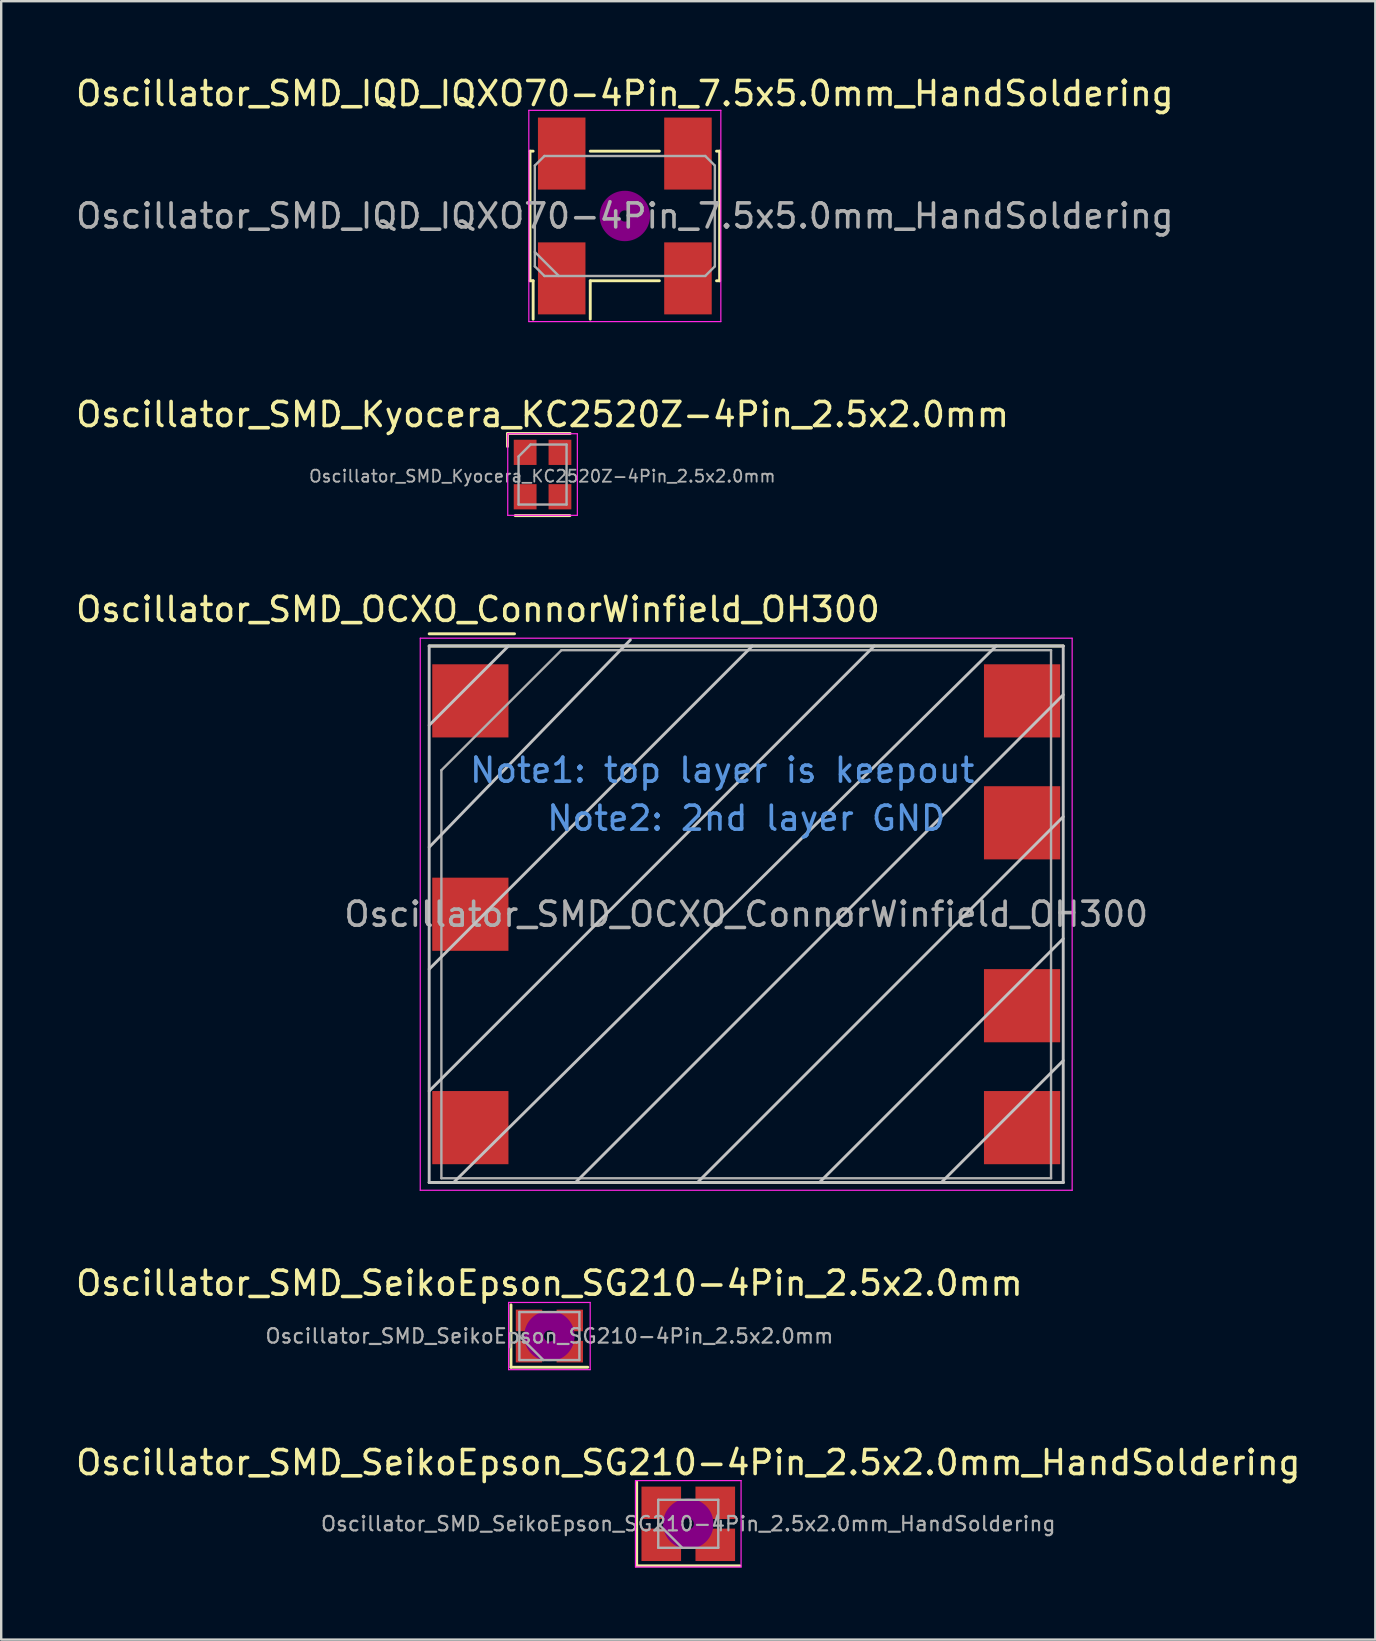
<source format=kicad_pcb>
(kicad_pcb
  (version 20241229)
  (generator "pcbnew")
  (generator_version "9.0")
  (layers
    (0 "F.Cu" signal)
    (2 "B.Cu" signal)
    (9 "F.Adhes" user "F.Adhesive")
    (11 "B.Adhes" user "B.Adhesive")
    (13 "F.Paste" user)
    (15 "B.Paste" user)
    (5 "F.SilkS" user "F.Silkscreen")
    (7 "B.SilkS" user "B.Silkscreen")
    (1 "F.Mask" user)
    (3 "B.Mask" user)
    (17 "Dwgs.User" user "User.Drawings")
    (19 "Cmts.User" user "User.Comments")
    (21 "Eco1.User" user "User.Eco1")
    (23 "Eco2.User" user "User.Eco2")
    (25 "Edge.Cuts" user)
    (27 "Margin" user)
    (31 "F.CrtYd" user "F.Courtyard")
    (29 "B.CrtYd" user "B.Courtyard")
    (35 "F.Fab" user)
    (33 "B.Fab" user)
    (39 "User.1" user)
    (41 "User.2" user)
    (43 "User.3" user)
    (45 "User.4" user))
  (footprint "Oscillator_SMD_OCXO_ConnorWinfield_OH300"
    (layer "F.Cu")
    (at 28.039 35.04)
    (property "Reference" "Oscillator_SMD_OCXO_ConnorWinfield_OH300" (at -11.176 -12.7 0) (layer "F.SilkS") (effects (font (size 1 1) (thickness 0.15))))
    (attr smd)
    (fp_line (start -13.208 -11.176) (end 13.208 -11.176) (stroke (width 0.12) (type solid)) (layer "F.SilkS"))
    (fp_line (start -9.652 -11.684) (end -13.208 -11.684) (stroke (width 0.12) (type solid)) (layer "F.SilkS"))
    (fp_line (start 13.208 11.176) (end -13.208 11.176) (stroke (width 0.12) (type solid)) (layer "F.SilkS"))
    (fp_line (start -13.208 -11.176) (end 13.208 -11.176) (stroke (width 0.12) (type solid)) (layer "Dwgs.User"))
    (fp_line (start -13.208 -7.874) (end -9.906 -11.176) (stroke (width 0.12) (type solid)) (layer "Dwgs.User"))
    (fp_line (start -13.208 2.286) (end 0.254 -11.176) (stroke (width 0.12) (type solid)) (layer "Dwgs.User"))
    (fp_line (start -13.208 11.176) (end -13.208 -11.176) (stroke (width 0.12) (type solid)) (layer "Dwgs.User"))
    (fp_line (start -12.192 11.176) (end 10.414 -11.176) (stroke (width 0.12) (type solid)) (layer "Dwgs.User"))
    (fp_line (start -4.826 -11.43) (end -13.208 -2.794) (stroke (width 0.12) (type solid)) (layer "Dwgs.User"))
    (fp_line (start -2.032 11.176) (end 13.208 -4.064) (stroke (width 0.12) (type solid)) (layer "Dwgs.User"))
    (fp_line (start 3.048 11.176) (end 13.208 1.016) (stroke (width 0.12) (type solid)) (layer "Dwgs.User"))
    (fp_line (start 5.334 -11.176) (end -13.208 7.366) (stroke (width 0.12) (type solid)) (layer "Dwgs.User"))
    (fp_line (start 13.208 -11.176) (end 13.208 11.176) (stroke (width 0.12) (type solid)) (layer "Dwgs.User"))
    (fp_line (start 13.208 -9.144) (end -7.112 11.176) (stroke (width 0.12) (type solid)) (layer "Dwgs.User"))
    (fp_line (start 13.208 6.096) (end 8.128 11.176) (stroke (width 0.12) (type solid)) (layer "Dwgs.User"))
    (fp_line (start 13.208 11.176) (end -13.208 11.176) (stroke (width 0.12) (type solid)) (layer "Dwgs.User"))
    (fp_line (start -13.58 -11.5) (end -13.58 11.5) (stroke (width 0.05) (type solid)) (layer "F.CrtYd"))
    (fp_line (start -13.58 11.5) (end 13.58 11.5) (stroke (width 0.05) (type solid)) (layer "F.CrtYd"))
    (fp_line (start 13.58 -11.5) (end -13.58 -11.5) (stroke (width 0.05) (type solid)) (layer "F.CrtYd"))
    (fp_line (start 13.58 11.5) (end 13.58 -11.5) (stroke (width 0.05) (type solid)) (layer "F.CrtYd"))
    (fp_line (start -12.7 11) (end -12.7 -6) (stroke (width 0.1) (type solid)) (layer "F.Fab"))
    (fp_line (start -7.7 -11) (end -12.7 -6) (stroke (width 0.1) (type solid)) (layer "F.Fab"))
    (fp_line (start -7.7 -11) (end 12.7 -11) (stroke (width 0.1) (type solid)) (layer "F.Fab"))
    (fp_line (start 12.7 -11) (end 12.7 11) (stroke (width 0.1) (type solid)) (layer "F.Fab"))
    (fp_line (start 12.7 11) (end -12.7 11) (stroke (width 0.1) (type solid)) (layer "F.Fab"))
    (fp_text user "Note1: top layer is keepout" (at -1 -6 0) (layer "Cmts.User") (effects (font (size 1 1) (thickness 0.15))))
    (fp_text user "Note2: 2nd layer GND" (at 0 -4 0) (layer "Cmts.User") (effects (font (size 1 1) (thickness 0.15))))
    (fp_text user "${REFERENCE}" (at 0 0 0) (layer "F.Fab") (effects (font (size 1 1) (thickness 0.15))))
    (pad "1" smd rect (at -11.493 -8.89 270) (size 3.048 3.175) (layers "F.Cu" "F.Mask" "F.Paste"))
    (pad "2" smd rect (at -11.493 0 270) (size 3.048 3.175) (layers "F.Cu" "F.Mask" "F.Paste"))
    (pad "3" smd rect (at -11.493 8.89 270) (size 3.048 3.175) (layers "F.Cu" "F.Mask" "F.Paste"))
    (pad "4" smd rect (at 11.493 8.89 270) (size 3.048 3.175) (layers "F.Cu" "F.Mask" "F.Paste"))
    (pad "5" smd rect (at 11.493 3.81 270) (size 3.048 3.175) (layers "F.Cu" "F.Mask" "F.Paste"))
    (pad "6" smd rect (at 11.493 -3.81 270) (size 3.048 3.175) (layers "F.Cu" "F.Mask" "F.Paste"))
    (pad "7" smd rect (at 11.493 -8.89 270) (size 3.048 3.175) (layers "F.Cu" "F.Mask" "F.Paste")))
  (footprint "Oscillator_SMD_IQD_IQXO70-4Pin_7.5x5.0mm_HandSoldering"
    (layer "F.Cu")
    (at 22.982 5.948)
    (property "Reference" "Oscillator_SMD_IQD_IQXO70-4Pin_7.5x5.0mm_HandSoldering" (at 0 -5.1 0) (layer "F.SilkS") (effects (font (size 1 1) (thickness 0.15))))
    (attr smd)
    (fp_line (start -3.95 -2.7) (end -3.82 -2.7) (stroke (width 0.12) (type solid)) (layer "F.SilkS"))
    (fp_line (start -3.95 2.7) (end -3.95 -2.7) (stroke (width 0.12) (type solid)) (layer "F.SilkS"))
    (fp_line (start -3.82 2.7) (end -3.95 2.7) (stroke (width 0.12) (type solid)) (layer "F.SilkS"))
    (fp_line (start -3.82 4.3) (end -3.82 2.7) (stroke (width 0.12) (type solid)) (layer "F.SilkS"))
    (fp_line (start -1.44 -2.7) (end 1.44 -2.7) (stroke (width 0.12) (type solid)) (layer "F.SilkS"))
    (fp_line (start -1.44 2.7) (end -1.44 4.3) (stroke (width 0.12) (type solid)) (layer "F.SilkS"))
    (fp_line (start 1.44 2.7) (end -1.44 2.7) (stroke (width 0.12) (type solid)) (layer "F.SilkS"))
    (fp_line (start 3.82 -2.7) (end 3.95 -2.7) (stroke (width 0.12) (type solid)) (layer "F.SilkS"))
    (fp_line (start 3.95 -2.7) (end 3.95 2.7) (stroke (width 0.12) (type solid)) (layer "F.SilkS"))
    (fp_line (start 3.95 2.7) (end 3.82 2.7) (stroke (width 0.12) (type solid)) (layer "F.SilkS"))
    (fp_circle (center 0 0) (end 0.233 0) (stroke (width 0.467) (type solid)) (fill no) (layer "F.Adhes"))
    (fp_circle (center 0 0) (end 0.533 0) (stroke (width 0.333) (type solid)) (fill no) (layer "F.Adhes"))
    (fp_circle (center 0 0) (end 0.833 0) (stroke (width 0.333) (type solid)) (fill no) (layer "F.Adhes"))
    (fp_circle (center 0 0) (end 1 0) (stroke (width 0.1) (type solid)) (fill no) (layer "F.Adhes"))
    (fp_line (start -4 -4.4) (end -4 4.4) (stroke (width 0.05) (type solid)) (layer "F.CrtYd"))
    (fp_line (start -4 4.4) (end 4 4.4) (stroke (width 0.05) (type solid)) (layer "F.CrtYd"))
    (fp_line (start 4 -4.4) (end -4 -4.4) (stroke (width 0.05) (type solid)) (layer "F.CrtYd"))
    (fp_line (start 4 4.4) (end 4 -4.4) (stroke (width 0.05) (type solid)) (layer "F.CrtYd"))
    (fp_line (start -3.75 -2.1) (end -3.35 -2.5) (stroke (width 0.1) (type solid)) (layer "F.Fab"))
    (fp_line (start -3.75 1.5) (end -2.75 2.5) (stroke (width 0.1) (type solid)) (layer "F.Fab"))
    (fp_line (start -3.75 2.1) (end -3.75 -2.1) (stroke (width 0.1) (type solid)) (layer "F.Fab"))
    (fp_line (start -3.35 -2.5) (end 3.35 -2.5) (stroke (width 0.1) (type solid)) (layer "F.Fab"))
    (fp_line (start -3.35 2.5) (end -3.75 2.1) (stroke (width 0.1) (type solid)) (layer "F.Fab"))
    (fp_line (start 3.35 -2.5) (end 3.75 -2.1) (stroke (width 0.1) (type solid)) (layer "F.Fab"))
    (fp_line (start 3.35 2.5) (end -3.35 2.5) (stroke (width 0.1) (type solid)) (layer "F.Fab"))
    (fp_line (start 3.75 -2.1) (end 3.75 2.1) (stroke (width 0.1) (type solid)) (layer "F.Fab"))
    (fp_line (start 3.75 2.1) (end 3.35 2.5) (stroke (width 0.1) (type solid)) (layer "F.Fab"))
    (fp_text user "${REFERENCE}" (at 0 0 0) (layer "F.Fab") (effects (font (size 1 1) (thickness 0.15))))
    (pad "1" smd rect (at -2.63 2.6) (size 1.98 3) (layers "F.Cu" "F.Mask" "F.Paste"))
    (pad "2" smd rect (at 2.63 2.6) (size 1.98 3) (layers "F.Cu" "F.Mask" "F.Paste"))
    (pad "3" smd rect (at 2.63 -2.6) (size 1.98 3) (layers "F.Cu" "F.Mask" "F.Paste"))
    (pad "4" smd rect (at -2.63 -2.6) (size 1.98 3) (layers "F.Cu" "F.Mask" "F.Paste")))
  (footprint "Oscillator_SMD_Kyocera_KC2520Z-4Pin_2.5x2.0mm"
    (layer "F.Cu")
    (at 19.554 16.721)
    (property "Reference" "Oscillator_SMD_Kyocera_KC2520Z-4Pin_2.5x2.0mm" (at 0 -2.5 0) (layer "F.SilkS") (effects (font (size 1 1) (thickness 0.15))))
    (attr smd)
    (fp_line (start -1.46 -1.71) (end 1.15 -1.71) (stroke (width 0.12) (type solid)) (layer "F.SilkS"))
    (fp_line (start -1.46 -1.17) (end -1.46 -1.71) (stroke (width 0.12) (type solid)) (layer "F.SilkS"))
    (fp_line (start 1.14 1.71) (end -1.14 1.71) (stroke (width 0.12) (type solid)) (layer "F.SilkS"))
    (fp_line (start -1.45 -1.7) (end 1.45 -1.7) (stroke (width 0.05) (type solid)) (layer "F.CrtYd"))
    (fp_line (start -1.45 1.7) (end -1.45 -1.7) (stroke (width 0.05) (type solid)) (layer "F.CrtYd"))
    (fp_line (start 1.45 -1.7) (end 1.45 1.7) (stroke (width 0.05) (type solid)) (layer "F.CrtYd"))
    (fp_line (start 1.45 1.7) (end -1.45 1.7) (stroke (width 0.05) (type solid)) (layer "F.CrtYd"))
    (fp_line (start -1 1.25) (end -1 -0.75) (stroke (width 0.1) (type solid)) (layer "F.Fab"))
    (fp_line (start -0.5 -1.25) (end -1 -0.75) (stroke (width 0.1) (type solid)) (layer "F.Fab"))
    (fp_line (start -0.5 -1.25) (end 1 -1.25) (stroke (width 0.1) (type solid)) (layer "F.Fab"))
    (fp_line (start 1 -1.25) (end 1 1.25) (stroke (width 0.1) (type solid)) (layer "F.Fab"))
    (fp_line (start 1 1.25) (end -1 1.25) (stroke (width 0.1) (type solid)) (layer "F.Fab"))
    (fp_text user "${REFERENCE}" (at -0.01 0.07 0) (layer "F.Fab") (effects (font (size 0.5 0.5) (thickness 0.075))))
    (pad "1" smd rect (at -0.725 -0.925) (size 0.95 1.05) (layers "F.Cu" "F.Mask" "F.Paste"))
    (pad "2" smd rect (at -0.725 0.925) (size 0.95 1.05) (layers "F.Cu" "F.Mask" "F.Paste"))
    (pad "3" smd rect (at 0.725 0.925) (size 0.95 1.05) (layers "F.Cu" "F.Mask" "F.Paste"))
    (pad "4" smd rect (at 0.725 -0.925) (size 0.95 1.05) (layers "F.Cu" "F.Mask" "F.Paste")))
  (footprint "Oscillator_SMD_SeikoEpson_SG210-4Pin_2.5x2.0mm_HandSoldering"
    (layer "F.Cu")
    (at 25.625 60.436)
    (property "Reference" "Oscillator_SMD_SeikoEpson_SG210-4Pin_2.5x2.0mm_HandSoldering" (at 0 -2.55 0) (layer "F.SilkS") (effects (font (size 1 1) (thickness 0.15))))
    (attr smd)
    (fp_line (start -2.15 -1.75) (end -2.15 1.75) (stroke (width 0.12) (type solid)) (layer "F.SilkS"))
    (fp_line (start -2.15 1.75) (end 2.15 1.75) (stroke (width 0.12) (type solid)) (layer "F.SilkS"))
    (fp_circle (center 0 0) (end 0.233 0) (stroke (width 0.467) (type solid)) (fill no) (layer "F.Adhes"))
    (fp_circle (center 0 0) (end 0.533 0) (stroke (width 0.333) (type solid)) (fill no) (layer "F.Adhes"))
    (fp_circle (center 0 0) (end 0.833 0) (stroke (width 0.333) (type solid)) (fill no) (layer "F.Adhes"))
    (fp_circle (center 0 0) (end 1 0) (stroke (width 0.1) (type solid)) (fill no) (layer "F.Adhes"))
    (fp_line (start -2.2 -1.8) (end -2.2 1.8) (stroke (width 0.05) (type solid)) (layer "F.CrtYd"))
    (fp_line (start -2.2 1.8) (end 2.2 1.8) (stroke (width 0.05) (type solid)) (layer "F.CrtYd"))
    (fp_line (start 2.2 -1.8) (end -2.2 -1.8) (stroke (width 0.05) (type solid)) (layer "F.CrtYd"))
    (fp_line (start 2.2 1.8) (end 2.2 -1.8) (stroke (width 0.05) (type solid)) (layer "F.CrtYd"))
    (fp_line (start -1.25 -1) (end -1.25 1) (stroke (width 0.1) (type solid)) (layer "F.Fab"))
    (fp_line (start -1.25 0) (end -0.25 1) (stroke (width 0.1) (type solid)) (layer "F.Fab"))
    (fp_line (start -1.25 1) (end 1.25 1) (stroke (width 0.1) (type solid)) (layer "F.Fab"))
    (fp_line (start 1.25 -1) (end -1.25 -1) (stroke (width 0.1) (type solid)) (layer "F.Fab"))
    (fp_line (start 1.25 1) (end 1.25 -1) (stroke (width 0.1) (type solid)) (layer "F.Fab"))
    (fp_text user "${REFERENCE}" (at 0 0 0) (layer "F.Fab") (effects (font (size 0.6 0.6) (thickness 0.09))))
    (pad "1" smd rect (at -1.125 0.875) (size 1.65 1.35) (layers "F.Cu" "F.Mask" "F.Paste"))
    (pad "2" smd rect (at 1.125 0.875) (size 1.65 1.35) (layers "F.Cu" "F.Mask" "F.Paste"))
    (pad "3" smd rect (at 1.125 -0.875) (size 1.65 1.35) (layers "F.Cu" "F.Mask" "F.Paste"))
    (pad "4" smd rect (at -1.125 -0.875) (size 1.65 1.35) (layers "F.Cu" "F.Mask" "F.Paste")))
  (footprint "Oscillator_SMD_SeikoEpson_SG210-4Pin_2.5x2.0mm"
    (layer "F.Cu")
    (at 19.839 52.613)
    (property "Reference" "Oscillator_SMD_SeikoEpson_SG210-4Pin_2.5x2.0mm" (at 0 -2.2 0) (layer "F.SilkS") (effects (font (size 1 1) (thickness 0.15))))
    (attr smd)
    (fp_line (start -1.6 -1.3) (end -1.6 1.3) (stroke (width 0.12) (type solid)) (layer "F.SilkS"))
    (fp_line (start -1.6 1.3) (end 1.6 1.3) (stroke (width 0.12) (type solid)) (layer "F.SilkS"))
    (fp_circle (center 0 0) (end 0.233 0) (stroke (width 0.467) (type solid)) (fill no) (layer "F.Adhes"))
    (fp_circle (center 0 0) (end 0.533 0) (stroke (width 0.333) (type solid)) (fill no) (layer "F.Adhes"))
    (fp_circle (center 0 0) (end 0.833 0) (stroke (width 0.333) (type solid)) (fill no) (layer "F.Adhes"))
    (fp_circle (center 0 0) (end 1 0) (stroke (width 0.1) (type solid)) (fill no) (layer "F.Adhes"))
    (fp_line (start -1.7 -1.4) (end -1.7 1.4) (stroke (width 0.05) (type solid)) (layer "F.CrtYd"))
    (fp_line (start -1.7 1.4) (end 1.7 1.4) (stroke (width 0.05) (type solid)) (layer "F.CrtYd"))
    (fp_line (start 1.7 -1.4) (end -1.7 -1.4) (stroke (width 0.05) (type solid)) (layer "F.CrtYd"))
    (fp_line (start 1.7 1.4) (end 1.7 -1.4) (stroke (width 0.05) (type solid)) (layer "F.CrtYd"))
    (fp_line (start -1.25 -1) (end -1.25 1) (stroke (width 0.1) (type solid)) (layer "F.Fab"))
    (fp_line (start -1.25 0) (end -0.25 1) (stroke (width 0.1) (type solid)) (layer "F.Fab"))
    (fp_line (start -1.25 1) (end 1.25 1) (stroke (width 0.1) (type solid)) (layer "F.Fab"))
    (fp_line (start 1.25 -1) (end -1.25 -1) (stroke (width 0.1) (type solid)) (layer "F.Fab"))
    (fp_line (start 1.25 1) (end 1.25 -1) (stroke (width 0.1) (type solid)) (layer "F.Fab"))
    (fp_text user "${REFERENCE}" (at 0 0 0) (layer "F.Fab") (effects (font (size 0.6 0.6) (thickness 0.09))))
    (pad "1" smd rect (at -0.85 0.65) (size 1.1 0.9) (layers "F.Cu" "F.Mask" "F.Paste"))
    (pad "2" smd rect (at 0.85 0.65) (size 1.1 0.9) (layers "F.Cu" "F.Mask" "F.Paste"))
    (pad "3" smd rect (at 0.85 -0.65) (size 1.1 0.9) (layers "F.Cu" "F.Mask" "F.Paste"))
    (pad "4" smd rect (at -0.85 -0.65) (size 1.1 0.9) (layers "F.Cu" "F.Mask" "F.Paste")))
  (gr_rect
    (start -3 -3)
    (end 54.25 65.261)
    (stroke (width 0.1) (type default))
    (fill no)
    (layer "Edge.Cuts")))
</source>
